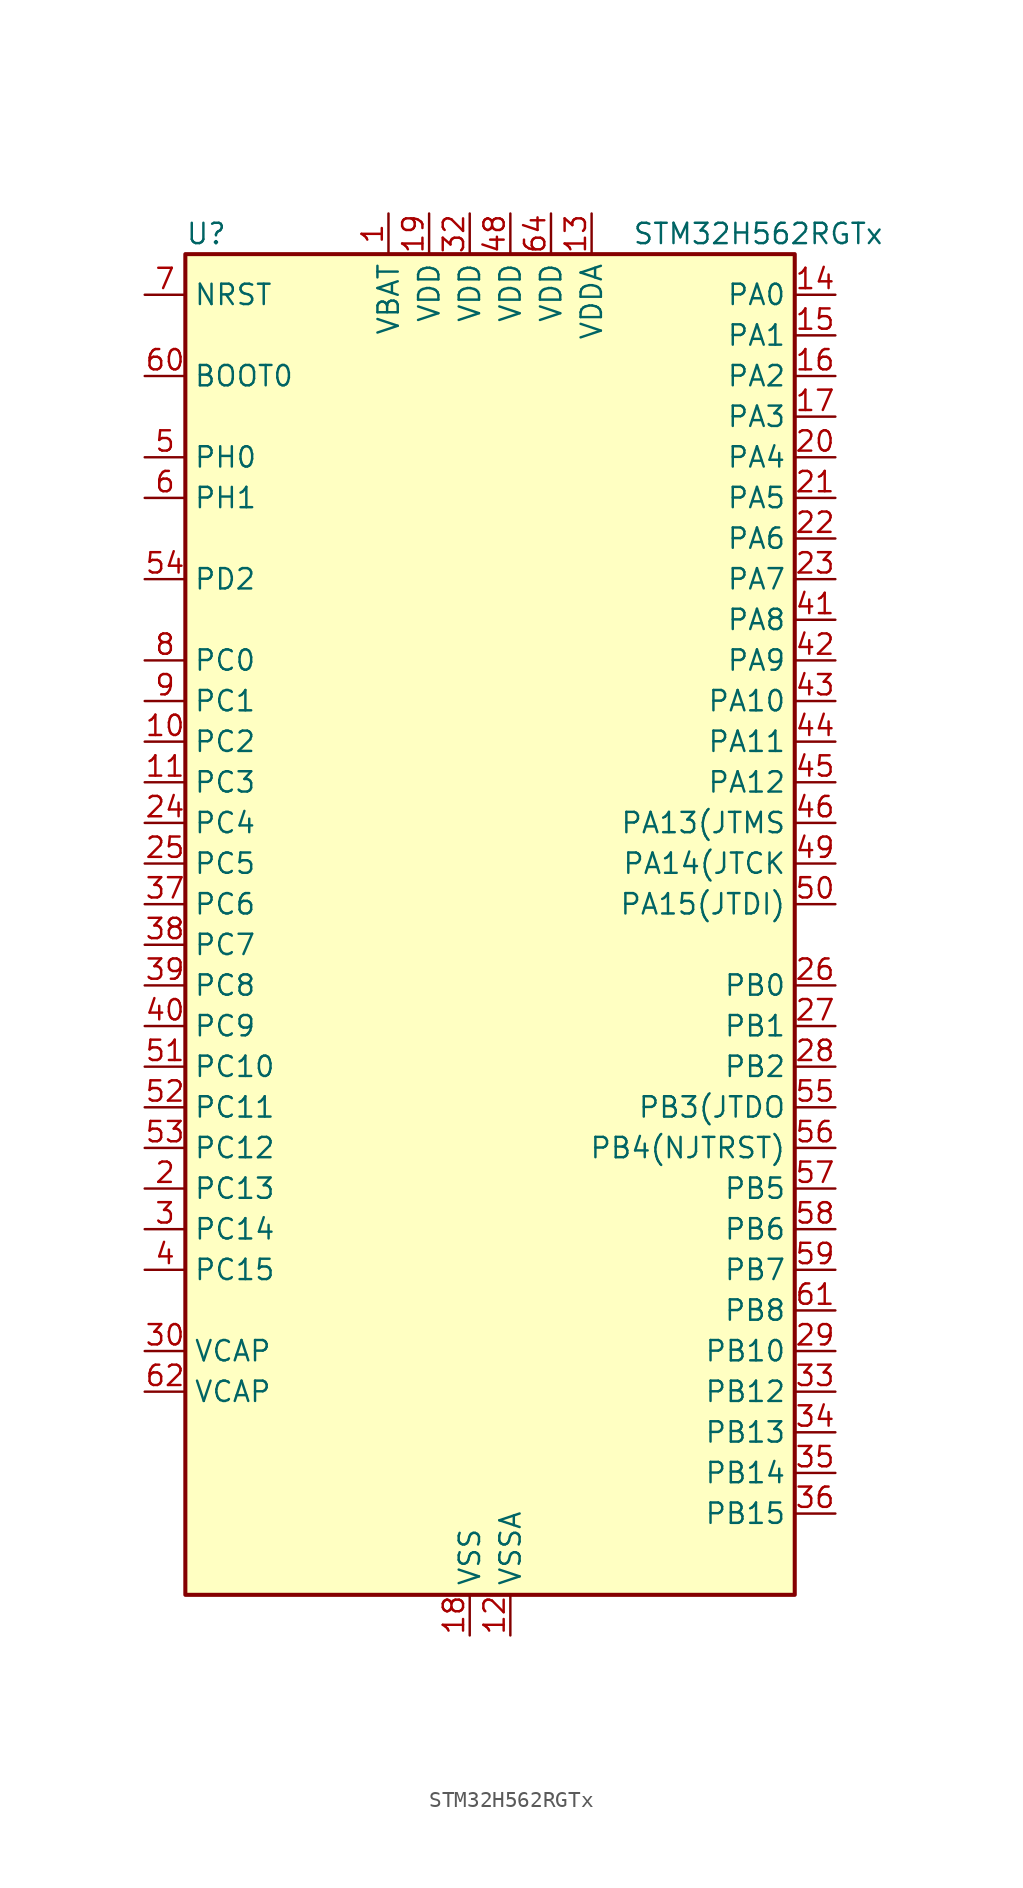
<source format=kicad_sym>
(kicad_symbol_lib
  (version 20231120)
  (generator "kicad_symbol_editor")
  (generator_version "8.0")
  (symbol "STM32H562RGTx"
    (property "Reference" "U"
      (at -17.78 44.45 0)
      (effects (font (size 1.27 1.27)) (justify left)))
    (property "Value" "STM32H562RGTx"
      (at 10.16 44.45 0)
      (effects (font (size 1.27 1.27)) (justify left)))
    (property "ki_locked" ""
      (at 0 0 0)
      (effects (font (size 1.27 1.27))))
    (symbol "STM32H562RGTx_0_1"
      (rectangle (start -17.78 -40.64) (end 20.32 43.18) (stroke (width 0.254) (type default)) (fill (type background))))
    (symbol "STM32H562RGTx_1_1"
      (pin power_in line (at -5.08 45.72 270) (length 2.54) (name "VBAT" (effects (font (size 1.27 1.27)))) (number "1" (effects (font (size 1.27 1.27)))))
      (pin bidirectional line (at -20.32 12.7 0) (length 2.54) (name "PC2" (effects (font (size 1.27 1.27)))) (number "10" (effects (font (size 1.27 1.27)))) (alternate "ADC1_INN11" bidirectional line) (alternate "ADC1_INP12" bidirectional line) (alternate "ADC2_INN11" bidirectional line) (alternate "ADC2_INP12" bidirectional line) (alternate "I2S2_SDI" bidirectional line) (alternate "OCTOSPI1_IO2" bidirectional line) (alternate "OCTOSPI1_IO5" bidirectional line) (alternate "PWR_CSLEEP" bidirectional line) (alternate "SPI2_MISO" bidirectional line) (alternate "TIM17_CH1" bidirectional line) (alternate "TIM4_CH4" bidirectional line))
      (pin bidirectional line (at -20.32 10.16 0) (length 2.54) (name "PC3" (effects (font (size 1.27 1.27)))) (number "11" (effects (font (size 1.27 1.27)))) (alternate "ADC1_INN12" bidirectional line) (alternate "ADC1_INP13" bidirectional line) (alternate "ADC2_INN12" bidirectional line) (alternate "ADC2_INP13" bidirectional line) (alternate "I2S2_SDO" bidirectional line) (alternate "LPTIM3_CH1" bidirectional line) (alternate "OCTOSPI1_IO0" bidirectional line) (alternate "OCTOSPI1_IO6" bidirectional line) (alternate "PWR_CSTOP" bidirectional line) (alternate "SAI1_D3" bidirectional line) (alternate "SPI2_MOSI" bidirectional line))
      (pin power_in line (at 2.54 -43.18 90) (length 2.54) (name "VSSA" (effects (font (size 1.27 1.27)))) (number "12" (effects (font (size 1.27 1.27)))))
      (pin power_in line (at 7.62 45.72 270) (length 2.54) (name "VDDA" (effects (font (size 1.27 1.27)))) (number "13" (effects (font (size 1.27 1.27)))))
      (pin bidirectional line (at 22.86 40.64 180) (length 2.54) (name "PA0" (effects (font (size 1.27 1.27)))) (number "14" (effects (font (size 1.27 1.27)))) (alternate "ADC1_INN1" bidirectional line) (alternate "ADC1_INP0" bidirectional line) (alternate "ADC2_INN1" bidirectional line) (alternate "ADC2_INP0" bidirectional line) (alternate "PWR_WKUP1" bidirectional line) (alternate "SAI2_SD_B" bidirectional line) (alternate "SPI3_RDY" bidirectional line) (alternate "SPI6_NSS" bidirectional line) (alternate "TAMP_IN2" bidirectional line) (alternate "TAMP_OUT1" bidirectional line) (alternate "TIM15_BKIN" bidirectional line) (alternate "TIM2_CH1" bidirectional line) (alternate "TIM2_ETR" bidirectional line) (alternate "TIM5_CH1" bidirectional line) (alternate "TIM8_ETR" bidirectional line) (alternate "UART4_TX" bidirectional line) (alternate "USART2_CTS" bidirectional line) (alternate "USART2_NSS" bidirectional line))
      (pin bidirectional line (at 22.86 38.1 180) (length 2.54) (name "PA1" (effects (font (size 1.27 1.27)))) (number "15" (effects (font (size 1.27 1.27)))) (alternate "ADC1_INP1" bidirectional line) (alternate "ADC2_INP1" bidirectional line) (alternate "LPTIM1_IN1" bidirectional line) (alternate "OCTOSPI1_DQS" bidirectional line) (alternate "OCTOSPI1_IO3" bidirectional line) (alternate "SAI2_MCLK_B" bidirectional line) (alternate "TAMP_IN5" bidirectional line) (alternate "TAMP_OUT4" bidirectional line) (alternate "TIM15_CH1N" bidirectional line) (alternate "TIM2_CH2" bidirectional line) (alternate "TIM5_CH2" bidirectional line) (alternate "UART4_RX" bidirectional line) (alternate "USART2_RTS" bidirectional line))
      (pin bidirectional line (at 22.86 35.56 180) (length 2.54) (name "PA2" (effects (font (size 1.27 1.27)))) (number "16" (effects (font (size 1.27 1.27)))) (alternate "ADC1_INP14" bidirectional line) (alternate "ADC2_INP14" bidirectional line) (alternate "LPTIM1_IN2" bidirectional line) (alternate "PWR_WKUP2" bidirectional line) (alternate "SAI2_SCK_B" bidirectional line) (alternate "TAMP_IN4" bidirectional line) (alternate "TAMP_OUT3" bidirectional line) (alternate "TIM15_CH1" bidirectional line) (alternate "TIM2_CH3" bidirectional line) (alternate "TIM5_CH3" bidirectional line) (alternate "USART2_TX" bidirectional line))
      (pin bidirectional line (at 22.86 33.02 180) (length 2.54) (name "PA3" (effects (font (size 1.27 1.27)))) (number "17" (effects (font (size 1.27 1.27)))) (alternate "ADC1_INP15" bidirectional line) (alternate "ADC2_INP15" bidirectional line) (alternate "I2S2_WS" bidirectional line) (alternate "OCTOSPI1_CLK" bidirectional line) (alternate "SAI1_SD_B" bidirectional line) (alternate "SPI2_NSS" bidirectional line) (alternate "TIM15_CH2" bidirectional line) (alternate "TIM2_CH4" bidirectional line) (alternate "TIM5_CH4" bidirectional line) (alternate "USART2_RX" bidirectional line))
      (pin power_in line (at 0 -43.18 90) (length 2.54) (name "VSS" (effects (font (size 1.27 1.27)))) (number "18" (effects (font (size 1.27 1.27)))))
      (pin power_in line (at -2.54 45.72 270) (length 2.54) (name "VDD" (effects (font (size 1.27 1.27)))) (number "19" (effects (font (size 1.27 1.27)))))
      (pin bidirectional line (at -20.32 -15.24 0) (length 2.54) (name "PC13" (effects (font (size 1.27 1.27)))) (number "2" (effects (font (size 1.27 1.27)))) (alternate "PWR_WKUP4" bidirectional line) (alternate "RTC_OUT1" bidirectional line) (alternate "RTC_TS" bidirectional line) (alternate "TAMP_IN1" bidirectional line) (alternate "TAMP_OUT2" bidirectional line) (alternate "TAMP_OUT3" bidirectional line))
      (pin bidirectional line (at 22.86 30.48 180) (length 2.54) (name "PA4" (effects (font (size 1.27 1.27)))) (number "20" (effects (font (size 1.27 1.27)))) (alternate "ADC1_INP18" bidirectional line) (alternate "ADC2_INP18" bidirectional line) (alternate "DAC1_OUT1" bidirectional line) (alternate "DCMI_HSYNC" bidirectional line) (alternate "I2S1_WS" bidirectional line) (alternate "I2S3_WS" bidirectional line) (alternate "LPTIM2_CH1" bidirectional line) (alternate "PSSI_DE" bidirectional line) (alternate "SPI1_NSS" bidirectional line) (alternate "SPI3_NSS" bidirectional line) (alternate "SPI6_NSS" bidirectional line) (alternate "TIM5_ETR" bidirectional line) (alternate "USART2_CK" bidirectional line))
      (pin bidirectional line (at 22.86 27.94 180) (length 2.54) (name "PA5" (effects (font (size 1.27 1.27)))) (number "21" (effects (font (size 1.27 1.27)))) (alternate "ADC1_INN18" bidirectional line) (alternate "ADC1_INP19" bidirectional line) (alternate "ADC2_INN18" bidirectional line) (alternate "ADC2_INP19" bidirectional line) (alternate "DAC1_OUT2" bidirectional line) (alternate "I2S1_CK" bidirectional line) (alternate "PSSI_D14" bidirectional line) (alternate "SPI1_SCK" bidirectional line) (alternate "SPI6_SCK" bidirectional line) (alternate "TIM2_CH1" bidirectional line) (alternate "TIM2_ETR" bidirectional line) (alternate "TIM8_CH1N" bidirectional line))
      (pin bidirectional line (at 22.86 25.4 180) (length 2.54) (name "PA6" (effects (font (size 1.27 1.27)))) (number "22" (effects (font (size 1.27 1.27)))) (alternate "ADC1_INP3" bidirectional line) (alternate "ADC2_INP3" bidirectional line) (alternate "DCMI_PIXCLK" bidirectional line) (alternate "I2S1_SDI" bidirectional line) (alternate "OCTOSPI1_IO3" bidirectional line) (alternate "PSSI_PDCK" bidirectional line) (alternate "SPI1_MISO" bidirectional line) (alternate "SPI6_MISO" bidirectional line) (alternate "TIM13_CH1" bidirectional line) (alternate "TIM1_BKIN" bidirectional line) (alternate "TIM3_CH1" bidirectional line) (alternate "TIM8_BKIN" bidirectional line) (alternate "USART11_TX" bidirectional line))
      (pin bidirectional line (at 22.86 22.86 180) (length 2.54) (name "PA7" (effects (font (size 1.27 1.27)))) (number "23" (effects (font (size 1.27 1.27)))) (alternate "ADC1_INN3" bidirectional line) (alternate "ADC1_INP7" bidirectional line) (alternate "ADC2_INN3" bidirectional line) (alternate "ADC2_INP7" bidirectional line) (alternate "I2S1_SDO" bidirectional line) (alternate "OCTOSPI1_IO2" bidirectional line) (alternate "SPI1_MOSI" bidirectional line) (alternate "SPI6_MOSI" bidirectional line) (alternate "TIM14_CH1" bidirectional line) (alternate "TIM1_CH1N" bidirectional line) (alternate "TIM3_CH2" bidirectional line) (alternate "TIM8_CH1N" bidirectional line) (alternate "USART11_RX" bidirectional line))
      (pin bidirectional line (at -20.32 7.62 0) (length 2.54) (name "PC4" (effects (font (size 1.27 1.27)))) (number "24" (effects (font (size 1.27 1.27)))) (alternate "ADC1_INP4" bidirectional line) (alternate "ADC2_INP4" bidirectional line) (alternate "I2S1_MCK" bidirectional line) (alternate "LPTIM2_ETR" bidirectional line) (alternate "SAI1_CK1" bidirectional line) (alternate "TIM2_CH4" bidirectional line) (alternate "USART3_RX" bidirectional line))
      (pin bidirectional line (at -20.32 5.08 0) (length 2.54) (name "PC5" (effects (font (size 1.27 1.27)))) (number "25" (effects (font (size 1.27 1.27)))) (alternate "ADC1_INN4" bidirectional line) (alternate "ADC1_INP8" bidirectional line) (alternate "ADC2_INN4" bidirectional line) (alternate "ADC2_INP8" bidirectional line) (alternate "OCTOSPI1_DQS" bidirectional line) (alternate "PSSI_D15" bidirectional line) (alternate "SAI1_D3" bidirectional line) (alternate "SAI1_FS_A" bidirectional line) (alternate "TIM1_CH4N" bidirectional line))
      (pin bidirectional line (at 22.86 -2.54 180) (length 2.54) (name "PB0" (effects (font (size 1.27 1.27)))) (number "26" (effects (font (size 1.27 1.27)))) (alternate "ADC1_INN5" bidirectional line) (alternate "ADC1_INP9" bidirectional line) (alternate "ADC2_INN5" bidirectional line) (alternate "ADC2_INP9" bidirectional line) (alternate "LPTIM3_CH1" bidirectional line) (alternate "OCTOSPI1_IO1" bidirectional line) (alternate "TIM1_CH2N" bidirectional line) (alternate "TIM3_CH3" bidirectional line) (alternate "TIM8_CH2N" bidirectional line) (alternate "UART4_CTS" bidirectional line) (alternate "USART11_CK" bidirectional line))
      (pin bidirectional line (at 22.86 -5.08 180) (length 2.54) (name "PB1" (effects (font (size 1.27 1.27)))) (number "27" (effects (font (size 1.27 1.27)))) (alternate "ADC1_INP5" bidirectional line) (alternate "ADC2_INP5" bidirectional line) (alternate "LPTIM3_CH2" bidirectional line) (alternate "OCTOSPI1_IO0" bidirectional line) (alternate "TIM1_CH3N" bidirectional line) (alternate "TIM3_CH4" bidirectional line) (alternate "TIM8_CH3N" bidirectional line))
      (pin bidirectional line (at 22.86 -7.62 180) (length 2.54) (name "PB2" (effects (font (size 1.27 1.27)))) (number "28" (effects (font (size 1.27 1.27)))) (alternate "I2S3_SDO" bidirectional line) (alternate "LPTIM1_CH1" bidirectional line) (alternate "LPTIM5_ETR" bidirectional line) (alternate "OCTOSPI1_CLK" bidirectional line) (alternate "OCTOSPI1_DQS" bidirectional line) (alternate "RCC_LSCO" bidirectional line) (alternate "RTC_OUT2" bidirectional line) (alternate "SAI1_D1" bidirectional line) (alternate "SAI1_SD_A" bidirectional line) (alternate "SDMMC1_CMD" bidirectional line) (alternate "SPI1_RDY" bidirectional line) (alternate "SPI3_MOSI" bidirectional line) (alternate "TIM8_CH4N" bidirectional line))
      (pin bidirectional line (at 22.86 -25.4 180) (length 2.54) (name "PB10" (effects (font (size 1.27 1.27)))) (number "29" (effects (font (size 1.27 1.27)))) (alternate "I2C2_SCL" bidirectional line) (alternate "I2S2_CK" bidirectional line) (alternate "LPTIM2_IN1" bidirectional line) (alternate "LPTIM3_CH1" bidirectional line) (alternate "OCTOSPI1_NCS" bidirectional line) (alternate "SPI2_SCK" bidirectional line) (alternate "TIM2_CH3" bidirectional line) (alternate "USART3_TX" bidirectional line))
      (pin bidirectional line (at -20.32 -17.78 0) (length 2.54) (name "PC14" (effects (font (size 1.27 1.27)))) (number "3" (effects (font (size 1.27 1.27)))) (alternate "RCC_OSC32_IN" bidirectional line))
      (pin power_out line (at -20.32 -25.4 0) (length 2.54) (name "VCAP" (effects (font (size 1.27 1.27)))) (number "30" (effects (font (size 1.27 1.27)))))
      (pin passive line (at 0 -43.18 90) (length 2.54) hide (name "VSS" (effects (font (size 1.27 1.27)))) (number "31" (effects (font (size 1.27 1.27)))))
      (pin power_in line (at 0 45.72 270) (length 2.54) (name "VDD" (effects (font (size 1.27 1.27)))) (number "32" (effects (font (size 1.27 1.27)))))
      (pin bidirectional line (at 22.86 -27.94 180) (length 2.54) (name "PB12" (effects (font (size 1.27 1.27)))) (number "33" (effects (font (size 1.27 1.27)))) (alternate "I2C2_SDA" bidirectional line) (alternate "I2S2_WS" bidirectional line) (alternate "OCTOSPI1_NCLK" bidirectional line) (alternate "SPI2_NSS" bidirectional line) (alternate "TIM1_BKIN" bidirectional line) (alternate "UART5_RX" bidirectional line) (alternate "UCPD1_FRSTX" bidirectional line) (alternate "USART3_CK" bidirectional line))
      (pin bidirectional line (at 22.86 -30.48 180) (length 2.54) (name "PB13" (effects (font (size 1.27 1.27)))) (number "34" (effects (font (size 1.27 1.27)))) (alternate "I2C2_SMBA" bidirectional line) (alternate "I2S2_CK" bidirectional line) (alternate "LPTIM2_CH1" bidirectional line) (alternate "LPTIM3_IN1" bidirectional line) (alternate "SDMMC1_D0" bidirectional line) (alternate "SPI2_SCK" bidirectional line) (alternate "TIM1_CH1N" bidirectional line) (alternate "UART5_TX" bidirectional line) (alternate "UCPD1_CC1" bidirectional line) (alternate "USART3_CTS" bidirectional line) (alternate "USART3_NSS" bidirectional line))
      (pin bidirectional line (at 22.86 -33.02 180) (length 2.54) (name "PB14" (effects (font (size 1.27 1.27)))) (number "35" (effects (font (size 1.27 1.27)))) (alternate "I2S2_SDI" bidirectional line) (alternate "LPTIM3_ETR" bidirectional line) (alternate "SPI2_MISO" bidirectional line) (alternate "TIM12_CH1" bidirectional line) (alternate "TIM1_CH2N" bidirectional line) (alternate "TIM8_CH2N" bidirectional line) (alternate "UART4_DE" bidirectional line) (alternate "UART4_RTS" bidirectional line) (alternate "UCPD1_CC2" bidirectional line) (alternate "USART1_TX" bidirectional line) (alternate "USART3_RTS" bidirectional line))
      (pin bidirectional line (at 22.86 -35.56 180) (length 2.54) (name "PB15" (effects (font (size 1.27 1.27)))) (number "36" (effects (font (size 1.27 1.27)))) (alternate "ADC1_EXTI15" bidirectional line) (alternate "ADC2_EXTI15" bidirectional line) (alternate "DCMI_D2" bidirectional line) (alternate "I2S2_SDO" bidirectional line) (alternate "OCTOSPI1_CLK" bidirectional line) (alternate "PSSI_D2" bidirectional line) (alternate "PWR_PVD_IN" bidirectional line) (alternate "RTC_REFIN" bidirectional line) (alternate "SPI2_MOSI" bidirectional line) (alternate "TIM12_CH2" bidirectional line) (alternate "TIM1_CH3N" bidirectional line) (alternate "TIM8_CH3N" bidirectional line) (alternate "UART4_CTS" bidirectional line) (alternate "UART5_RX" bidirectional line) (alternate "USART11_CTS" bidirectional line) (alternate "USART11_NSS" bidirectional line) (alternate "USART1_RX" bidirectional line))
      (pin bidirectional line (at -20.32 2.54 0) (length 2.54) (name "PC6" (effects (font (size 1.27 1.27)))) (number "37" (effects (font (size 1.27 1.27)))) (alternate "DCMI_D0" bidirectional line) (alternate "I2S2_MCK" bidirectional line) (alternate "OCTOSPI1_IO5" bidirectional line) (alternate "PSSI_D0" bidirectional line) (alternate "SAI1_SCK_A" bidirectional line) (alternate "SDMMC1_D0DIR" bidirectional line) (alternate "SDMMC1_D6" bidirectional line) (alternate "TIM3_CH1" bidirectional line) (alternate "TIM8_CH1" bidirectional line) (alternate "USART6_TX" bidirectional line))
      (pin bidirectional line (at -20.32 0 0) (length 2.54) (name "PC7" (effects (font (size 1.27 1.27)))) (number "38" (effects (font (size 1.27 1.27)))) (alternate "DCMI_D1" bidirectional line) (alternate "DEBUG_TRGIO" bidirectional line) (alternate "I2S3_MCK" bidirectional line) (alternate "OCTOSPI1_IO6" bidirectional line) (alternate "PSSI_D1" bidirectional line) (alternate "SDMMC1_D123DIR" bidirectional line) (alternate "SDMMC1_D7" bidirectional line) (alternate "TIM3_CH2" bidirectional line) (alternate "TIM8_CH2" bidirectional line) (alternate "USART6_RX" bidirectional line))
      (pin bidirectional line (at -20.32 -2.54 0) (length 2.54) (name "PC8" (effects (font (size 1.27 1.27)))) (number "39" (effects (font (size 1.27 1.27)))) (alternate "DCMI_D2" bidirectional line) (alternate "DEBUG_TRACED1" bidirectional line) (alternate "PSSI_D2" bidirectional line) (alternate "SDMMC1_D0" bidirectional line) (alternate "TIM3_CH3" bidirectional line) (alternate "TIM8_CH3" bidirectional line) (alternate "UART5_DE" bidirectional line) (alternate "UART5_RTS" bidirectional line) (alternate "USART6_CK" bidirectional line))
      (pin bidirectional line (at -20.32 -20.32 0) (length 2.54) (name "PC15" (effects (font (size 1.27 1.27)))) (number "4" (effects (font (size 1.27 1.27)))) (alternate "ADC1_EXTI15" bidirectional line) (alternate "ADC2_EXTI15" bidirectional line) (alternate "RCC_OSC32_OUT" bidirectional line))
      (pin bidirectional line (at -20.32 -5.08 0) (length 2.54) (name "PC9" (effects (font (size 1.27 1.27)))) (number "40" (effects (font (size 1.27 1.27)))) (alternate "AUDIOCLK" bidirectional line) (alternate "DAC1_EXTI9" bidirectional line) (alternate "DCMI_D3" bidirectional line) (alternate "I2C3_SDA" bidirectional line) (alternate "OCTOSPI1_IO0" bidirectional line) (alternate "PSSI_D3" bidirectional line) (alternate "RCC_MCO_2" bidirectional line) (alternate "SDMMC1_D1" bidirectional line) (alternate "TIM3_CH4" bidirectional line) (alternate "TIM8_CH4" bidirectional line) (alternate "UART5_CTS" bidirectional line) (alternate "UCPD1_DB2" bidirectional line))
      (pin bidirectional line (at 22.86 20.32 180) (length 2.54) (name "PA8" (effects (font (size 1.27 1.27)))) (number "41" (effects (font (size 1.27 1.27)))) (alternate "DCMI_D3" bidirectional line) (alternate "I2C3_SCL" bidirectional line) (alternate "PSSI_D3" bidirectional line) (alternate "RCC_MCO_1" bidirectional line) (alternate "SPI1_RDY" bidirectional line) (alternate "TIM1_CH1" bidirectional line) (alternate "TIM8_BKIN2" bidirectional line) (alternate "UART7_RX" bidirectional line) (alternate "USART1_CK" bidirectional line) (alternate "USB_SOF" bidirectional line))
      (pin bidirectional line (at 22.86 17.78 180) (length 2.54) (name "PA9" (effects (font (size 1.27 1.27)))) (number "42" (effects (font (size 1.27 1.27)))) (alternate "DAC1_EXTI9" bidirectional line) (alternate "DCMI_D0" bidirectional line) (alternate "I2C3_SMBA" bidirectional line) (alternate "I2S2_CK" bidirectional line) (alternate "LPUART1_TX" bidirectional line) (alternate "PSSI_D0" bidirectional line) (alternate "SPI2_SCK" bidirectional line) (alternate "TIM1_CH2" bidirectional line) (alternate "UCPD1_DB1" bidirectional line) (alternate "USART1_TX" bidirectional line))
      (pin bidirectional line (at 22.86 15.24 180) (length 2.54) (name "PA10" (effects (font (size 1.27 1.27)))) (number "43" (effects (font (size 1.27 1.27)))) (alternate "DCMI_D1" bidirectional line) (alternate "LPTIM2_IN2" bidirectional line) (alternate "LPUART1_RX" bidirectional line) (alternate "PSSI_D1" bidirectional line) (alternate "SDMMC1_D0" bidirectional line) (alternate "TIM1_CH3" bidirectional line) (alternate "UCPD1_FRSTX" bidirectional line) (alternate "USART1_RX" bidirectional line))
      (pin bidirectional line (at 22.86 12.7 180) (length 2.54) (name "PA11" (effects (font (size 1.27 1.27)))) (number "44" (effects (font (size 1.27 1.27)))) (alternate "ADC1_EXTI11" bidirectional line) (alternate "ADC2_EXTI11" bidirectional line) (alternate "FDCAN1_RX" bidirectional line) (alternate "I2S2_WS" bidirectional line) (alternate "LPUART1_CTS" bidirectional line) (alternate "SPI2_NSS" bidirectional line) (alternate "TIM1_CH4" bidirectional line) (alternate "UART4_RX" bidirectional line) (alternate "USART1_CTS" bidirectional line) (alternate "USART1_NSS" bidirectional line) (alternate "USB_DM" bidirectional line))
      (pin bidirectional line (at 22.86 10.16 180) (length 2.54) (name "PA12" (effects (font (size 1.27 1.27)))) (number "45" (effects (font (size 1.27 1.27)))) (alternate "FDCAN1_TX" bidirectional line) (alternate "I2S2_CK" bidirectional line) (alternate "LPUART1_RTS" bidirectional line) (alternate "SAI2_FS_B" bidirectional line) (alternate "SPI2_SCK" bidirectional line) (alternate "TIM1_ETR" bidirectional line) (alternate "UART4_TX" bidirectional line) (alternate "USART1_RTS" bidirectional line) (alternate "USB_DP" bidirectional line))
      (pin bidirectional line (at 22.86 7.62 180) (length 2.54) (name "PA13(JTMS" (effects (font (size 1.27 1.27)))) (number "46" (effects (font (size 1.27 1.27)))) (alternate "DEBUG_JTMS-SWDIO" bidirectional line))
      (pin passive line (at 0 -43.18 90) (length 2.54) hide (name "VSS" (effects (font (size 1.27 1.27)))) (number "47" (effects (font (size 1.27 1.27)))))
      (pin power_in line (at 2.54 45.72 270) (length 2.54) (name "VDD" (effects (font (size 1.27 1.27)))) (number "48" (effects (font (size 1.27 1.27)))))
      (pin bidirectional line (at 22.86 5.08 180) (length 2.54) (name "PA14(JTCK" (effects (font (size 1.27 1.27)))) (number "49" (effects (font (size 1.27 1.27)))) (alternate "DEBUG_JTCK-SWCLK" bidirectional line))
      (pin bidirectional line (at -20.32 30.48 0) (length 2.54) (name "PH0" (effects (font (size 1.27 1.27)))) (number "5" (effects (font (size 1.27 1.27)))) (alternate "RCC_OSC_IN" bidirectional line))
      (pin bidirectional line (at 22.86 2.54 180) (length 2.54) (name "PA15(JTDI)" (effects (font (size 1.27 1.27)))) (number "50" (effects (font (size 1.27 1.27)))) (alternate "ADC1_EXTI15" bidirectional line) (alternate "ADC2_EXTI15" bidirectional line) (alternate "CEC" bidirectional line) (alternate "DCMI_D11" bidirectional line) (alternate "DEBUG_JTDI" bidirectional line) (alternate "I2S1_WS" bidirectional line) (alternate "I2S3_WS" bidirectional line) (alternate "LPTIM3_IN2" bidirectional line) (alternate "PSSI_D11" bidirectional line) (alternate "SPI1_NSS" bidirectional line) (alternate "SPI3_NSS" bidirectional line) (alternate "SPI6_NSS" bidirectional line) (alternate "TIM2_CH1" bidirectional line) (alternate "TIM2_ETR" bidirectional line) (alternate "UART4_DE" bidirectional line) (alternate "UART4_RTS" bidirectional line) (alternate "UART7_TX" bidirectional line))
      (pin bidirectional line (at -20.32 -7.62 0) (length 2.54) (name "PC10" (effects (font (size 1.27 1.27)))) (number "51" (effects (font (size 1.27 1.27)))) (alternate "DCMI_D8" bidirectional line) (alternate "I2S3_CK" bidirectional line) (alternate "LPTIM3_ETR" bidirectional line) (alternate "OCTOSPI1_IO1" bidirectional line) (alternate "PSSI_D8" bidirectional line) (alternate "SDMMC1_D2" bidirectional line) (alternate "SPI3_SCK" bidirectional line) (alternate "UART4_TX" bidirectional line) (alternate "USART3_TX" bidirectional line))
      (pin bidirectional line (at -20.32 -10.16 0) (length 2.54) (name "PC11" (effects (font (size 1.27 1.27)))) (number "52" (effects (font (size 1.27 1.27)))) (alternate "ADC1_EXTI11" bidirectional line) (alternate "ADC2_EXTI11" bidirectional line) (alternate "DCMI_D4" bidirectional line) (alternate "I2S3_SDI" bidirectional line) (alternate "LPTIM3_IN1" bidirectional line) (alternate "OCTOSPI1_NCS" bidirectional line) (alternate "PSSI_D4" bidirectional line) (alternate "SDMMC1_D3" bidirectional line) (alternate "SPI3_MISO" bidirectional line) (alternate "UART4_RX" bidirectional line) (alternate "USART3_RX" bidirectional line))
      (pin bidirectional line (at -20.32 -12.7 0) (length 2.54) (name "PC12" (effects (font (size 1.27 1.27)))) (number "53" (effects (font (size 1.27 1.27)))) (alternate "DCMI_D9" bidirectional line) (alternate "DEBUG_TRACED3" bidirectional line) (alternate "I2S3_SDO" bidirectional line) (alternate "PSSI_D9" bidirectional line) (alternate "SDMMC1_CK" bidirectional line) (alternate "SPI3_MOSI" bidirectional line) (alternate "SPI6_SCK" bidirectional line) (alternate "TIM15_CH1" bidirectional line) (alternate "UART5_TX" bidirectional line) (alternate "USART3_CK" bidirectional line))
      (pin bidirectional line (at -20.32 22.86 0) (length 2.54) (name "PD2" (effects (font (size 1.27 1.27)))) (number "54" (effects (font (size 1.27 1.27)))) (alternate "DCMI_D11" bidirectional line) (alternate "DEBUG_TRACED2" bidirectional line) (alternate "LPTIM4_ETR" bidirectional line) (alternate "PSSI_D11" bidirectional line) (alternate "PWR_WKUP7" bidirectional line) (alternate "SDMMC1_CMD" bidirectional line) (alternate "TIM15_BKIN" bidirectional line) (alternate "TIM3_ETR" bidirectional line) (alternate "UART5_RX" bidirectional line))
      (pin bidirectional line (at 22.86 -10.16 180) (length 2.54) (name "PB3(JTDO" (effects (font (size 1.27 1.27)))) (number "55" (effects (font (size 1.27 1.27)))) (alternate "CRS_SYNC" bidirectional line) (alternate "DEBUG_JTDO-SWO" bidirectional line) (alternate "I2C2_SDA" bidirectional line) (alternate "I2S1_CK" bidirectional line) (alternate "I2S3_CK" bidirectional line) (alternate "LPTIM6_ETR" bidirectional line) (alternate "SPI1_SCK" bidirectional line) (alternate "SPI3_SCK" bidirectional line) (alternate "SPI6_SCK" bidirectional line) (alternate "TIM2_CH2" bidirectional line) (alternate "UART7_RX" bidirectional line))
      (pin bidirectional line (at 22.86 -12.7 180) (length 2.54) (name "PB4(NJTRST)" (effects (font (size 1.27 1.27)))) (number "56" (effects (font (size 1.27 1.27)))) (alternate "DCMI_D7" bidirectional line) (alternate "DEBUG_JTRST" bidirectional line) (alternate "I2S1_SDI" bidirectional line) (alternate "I2S2_WS" bidirectional line) (alternate "I2S3_SDI" bidirectional line) (alternate "LPTIM1_CH2" bidirectional line) (alternate "OCTOSPI1_CLK" bidirectional line) (alternate "PSSI_D7" bidirectional line) (alternate "SPI1_MISO" bidirectional line) (alternate "SPI2_NSS" bidirectional line) (alternate "SPI3_MISO" bidirectional line) (alternate "SPI6_MISO" bidirectional line) (alternate "TIM16_BKIN" bidirectional line) (alternate "TIM3_CH1" bidirectional line) (alternate "UART7_TX" bidirectional line))
      (pin bidirectional line (at 22.86 -15.24 180) (length 2.54) (name "PB5" (effects (font (size 1.27 1.27)))) (number "57" (effects (font (size 1.27 1.27)))) (alternate "DCMI_D10" bidirectional line) (alternate "I2C1_SMBA" bidirectional line) (alternate "I2C4_SMBA" bidirectional line) (alternate "I2S1_SDO" bidirectional line) (alternate "I2S3_SDO" bidirectional line) (alternate "OCTOSPI1_NCLK" bidirectional line) (alternate "PSSI_D10" bidirectional line) (alternate "SPI1_MOSI" bidirectional line) (alternate "SPI3_MOSI" bidirectional line) (alternate "SPI6_MOSI" bidirectional line) (alternate "TIM17_BKIN" bidirectional line) (alternate "TIM3_CH2" bidirectional line) (alternate "UART5_RX" bidirectional line))
      (pin bidirectional line (at 22.86 -17.78 180) (length 2.54) (name "PB6" (effects (font (size 1.27 1.27)))) (number "58" (effects (font (size 1.27 1.27)))) (alternate "CEC" bidirectional line) (alternate "DCMI_D5" bidirectional line) (alternate "I2C1_SCL" bidirectional line) (alternate "I2C4_SCL" bidirectional line) (alternate "I3C1_SCL" bidirectional line) (alternate "LPUART1_TX" bidirectional line) (alternate "OCTOSPI1_NCS" bidirectional line) (alternate "PSSI_D5" bidirectional line) (alternate "TIM16_CH1N" bidirectional line) (alternate "TIM4_CH1" bidirectional line) (alternate "UART5_TX" bidirectional line) (alternate "USART1_TX" bidirectional line))
      (pin bidirectional line (at 22.86 -20.32 180) (length 2.54) (name "PB7" (effects (font (size 1.27 1.27)))) (number "59" (effects (font (size 1.27 1.27)))) (alternate "DCMI_VSYNC" bidirectional line) (alternate "FDCAN1_TX" bidirectional line) (alternate "I2C1_SDA" bidirectional line) (alternate "I2C4_SDA" bidirectional line) (alternate "I3C1_SDA" bidirectional line) (alternate "LPUART1_RX" bidirectional line) (alternate "PSSI_RDY" bidirectional line) (alternate "PWR_WKUP5" bidirectional line) (alternate "TIM17_CH1N" bidirectional line) (alternate "TIM4_CH2" bidirectional line) (alternate "USART1_RX" bidirectional line))
      (pin bidirectional line (at -20.32 27.94 0) (length 2.54) (name "PH1" (effects (font (size 1.27 1.27)))) (number "6" (effects (font (size 1.27 1.27)))) (alternate "RCC_OSC_OUT" bidirectional line))
      (pin input line (at -20.32 35.56 0) (length 2.54) (name "BOOT0" (effects (font (size 1.27 1.27)))) (number "60" (effects (font (size 1.27 1.27)))))
      (pin bidirectional line (at 22.86 -22.86 180) (length 2.54) (name "PB8" (effects (font (size 1.27 1.27)))) (number "61" (effects (font (size 1.27 1.27)))) (alternate "DCMI_D6" bidirectional line) (alternate "FDCAN1_RX" bidirectional line) (alternate "I2C1_SCL" bidirectional line) (alternate "I2C4_SCL" bidirectional line) (alternate "I3C1_SCL" bidirectional line) (alternate "PSSI_D6" bidirectional line) (alternate "SDMMC1_CKIN" bidirectional line) (alternate "SDMMC1_D4" bidirectional line) (alternate "TIM16_CH1" bidirectional line) (alternate "TIM4_CH3" bidirectional line) (alternate "UART4_RX" bidirectional line))
      (pin power_out line (at -20.32 -27.94 0) (length 2.54) (name "VCAP" (effects (font (size 1.27 1.27)))) (number "62" (effects (font (size 1.27 1.27)))))
      (pin passive line (at 0 -43.18 90) (length 2.54) hide (name "VSS" (effects (font (size 1.27 1.27)))) (number "63" (effects (font (size 1.27 1.27)))))
      (pin power_in line (at 5.08 45.72 270) (length 2.54) (name "VDD" (effects (font (size 1.27 1.27)))) (number "64" (effects (font (size 1.27 1.27)))))
      (pin input line (at -20.32 40.64 0) (length 2.54) (name "NRST" (effects (font (size 1.27 1.27)))) (number "7" (effects (font (size 1.27 1.27)))))
      (pin bidirectional line (at -20.32 17.78 0) (length 2.54) (name "PC0" (effects (font (size 1.27 1.27)))) (number "8" (effects (font (size 1.27 1.27)))) (alternate "ADC1_INP10" bidirectional line) (alternate "ADC2_INP10" bidirectional line) (alternate "OCTOSPI1_IO7" bidirectional line) (alternate "SAI1_MCLK_A" bidirectional line) (alternate "SAI2_FS_B" bidirectional line) (alternate "SPI2_RDY" bidirectional line) (alternate "TIM16_BKIN" bidirectional line))
      (pin bidirectional line (at -20.32 15.24 0) (length 2.54) (name "PC1" (effects (font (size 1.27 1.27)))) (number "9" (effects (font (size 1.27 1.27)))) (alternate "ADC1_INN10" bidirectional line) (alternate "ADC1_INP11" bidirectional line) (alternate "ADC2_INN10" bidirectional line) (alternate "ADC2_INP11" bidirectional line) (alternate "DEBUG_TRACED0" bidirectional line) (alternate "I2S2_SDO" bidirectional line) (alternate "OCTOSPI1_IO4" bidirectional line) (alternate "PWR_WKUP6" bidirectional line) (alternate "SAI1_D1" bidirectional line) (alternate "SAI1_SD_A" bidirectional line) (alternate "SAI2_SD_A" bidirectional line) (alternate "SPI2_MOSI" bidirectional line) (alternate "TAMP_IN3" bidirectional line) (alternate "TAMP_OUT5" bidirectional line) (alternate "USART11_RTS" bidirectional line)))))
</source>
